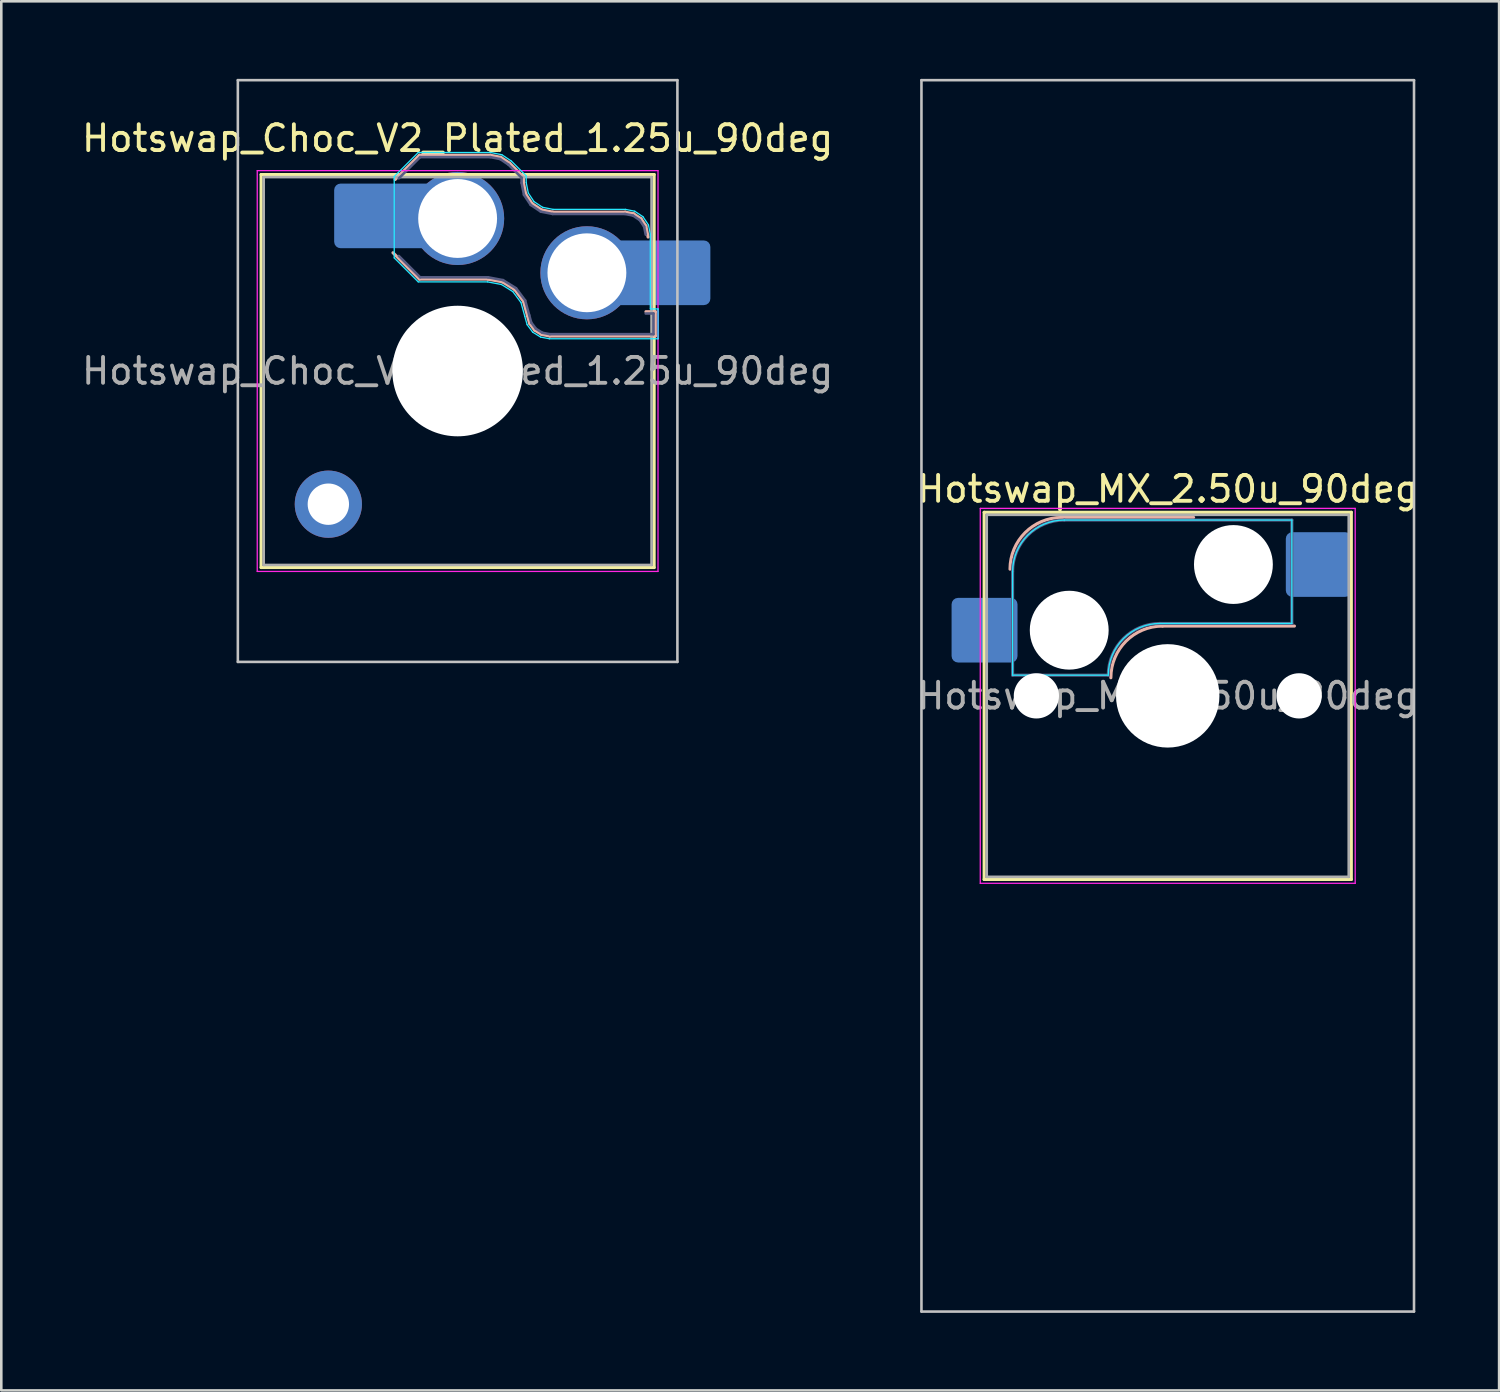
<source format=kicad_pcb>
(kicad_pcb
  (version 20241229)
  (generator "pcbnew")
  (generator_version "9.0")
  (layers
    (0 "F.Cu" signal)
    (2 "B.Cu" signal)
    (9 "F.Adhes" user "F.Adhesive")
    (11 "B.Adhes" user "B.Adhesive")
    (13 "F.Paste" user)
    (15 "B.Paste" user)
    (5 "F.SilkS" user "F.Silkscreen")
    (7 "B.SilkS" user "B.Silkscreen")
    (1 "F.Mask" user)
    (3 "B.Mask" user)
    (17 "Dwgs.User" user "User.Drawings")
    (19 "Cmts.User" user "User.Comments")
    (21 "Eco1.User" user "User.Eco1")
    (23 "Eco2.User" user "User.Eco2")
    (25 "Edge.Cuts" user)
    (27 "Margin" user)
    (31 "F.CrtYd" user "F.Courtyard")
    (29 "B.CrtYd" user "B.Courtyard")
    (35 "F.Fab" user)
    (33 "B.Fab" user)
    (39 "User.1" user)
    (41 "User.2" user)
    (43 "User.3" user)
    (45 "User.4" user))
  (footprint "Hotswap_MX_2.50u_90deg"
    (layer "F.Cu")
    (at 42.113 23.863)
    (property "Reference" "Hotswap_MX_2.50u_90deg" (at 0 -8 0) (layer "F.SilkS") (effects (font (size 1 1) (thickness 0.15))))
    (attr smd)
    (fp_line (start -7.1 -7.1) (end -7.1 7.1) (stroke (width 0.12) (type solid)) (layer "F.SilkS"))
    (fp_line (start -7.1 7.1) (end 7.1 7.1) (stroke (width 0.12) (type solid)) (layer "F.SilkS"))
    (fp_line (start 7.1 -7.1) (end -7.1 -7.1) (stroke (width 0.12) (type solid)) (layer "F.SilkS"))
    (fp_line (start 7.1 7.1) (end 7.1 -7.1) (stroke (width 0.12) (type solid)) (layer "F.SilkS"))
    (fp_line (start -4.1 -6.9) (end 1 -6.9) (stroke (width 0.12) (type solid)) (layer "B.SilkS"))
    (fp_line (start -0.2 -2.7) (end 4.9 -2.7) (stroke (width 0.12) (type solid)) (layer "B.SilkS"))
    (fp_arc (start -6.1 -4.9) (mid -5.514214 -6.314214) (end -4.1 -6.9) (stroke (width 0.12) (type solid)) (layer "B.SilkS"))
    (fp_arc (start -2.2 -0.7) (mid -1.614214 -2.114214) (end -0.2 -2.7) (stroke (width 0.12) (type solid)) (layer "B.SilkS"))
    (fp_line (start -9.525 -23.812) (end 9.525 -23.812) (stroke (width 0.1) (type solid)) (layer "Dwgs.User"))
    (fp_line (start -9.525 23.812) (end -9.525 -23.812) (stroke (width 0.1) (type solid)) (layer "Dwgs.User"))
    (fp_line (start 9.525 -23.812) (end 9.525 23.812) (stroke (width 0.1) (type solid)) (layer "Dwgs.User"))
    (fp_line (start 9.525 23.812) (end -9.525 23.812) (stroke (width 0.1) (type solid)) (layer "Dwgs.User"))
    (fp_line (start -7.8 -6) (end -7 -6) (stroke (width 0.1) (type solid)) (layer "Eco1.User"))
    (fp_line (start -7.8 -2.9) (end -7.8 -6) (stroke (width 0.1) (type solid)) (layer "Eco1.User"))
    (fp_line (start -7.8 2.9) (end -7 2.9) (stroke (width 0.1) (type solid)) (layer "Eco1.User"))
    (fp_line (start -7.8 6) (end -7.8 2.9) (stroke (width 0.1) (type solid)) (layer "Eco1.User"))
    (fp_line (start -7 -7) (end 7 -7) (stroke (width 0.1) (type solid)) (layer "Eco1.User"))
    (fp_line (start -7 -6) (end -7 -7) (stroke (width 0.1) (type solid)) (layer "Eco1.User"))
    (fp_line (start -7 -2.9) (end -7.8 -2.9) (stroke (width 0.1) (type solid)) (layer "Eco1.User"))
    (fp_line (start -7 2.9) (end -7 -2.9) (stroke (width 0.1) (type solid)) (layer "Eco1.User"))
    (fp_line (start -7 6) (end -7.8 6) (stroke (width 0.1) (type solid)) (layer "Eco1.User"))
    (fp_line (start -7 7) (end -7 6) (stroke (width 0.1) (type solid)) (layer "Eco1.User"))
    (fp_line (start 7 -7) (end 7 -6) (stroke (width 0.1) (type solid)) (layer "Eco1.User"))
    (fp_line (start 7 -6) (end 7.8 -6) (stroke (width 0.1) (type solid)) (layer "Eco1.User"))
    (fp_line (start 7 -2.9) (end 7 2.9) (stroke (width 0.1) (type solid)) (layer "Eco1.User"))
    (fp_line (start 7 2.9) (end 7.8 2.9) (stroke (width 0.1) (type solid)) (layer "Eco1.User"))
    (fp_line (start 7 6) (end 7 7) (stroke (width 0.1) (type solid)) (layer "Eco1.User"))
    (fp_line (start 7 7) (end -7 7) (stroke (width 0.1) (type solid)) (layer "Eco1.User"))
    (fp_line (start 7.8 -6) (end 7.8 -2.9) (stroke (width 0.1) (type solid)) (layer "Eco1.User"))
    (fp_line (start 7.8 -2.9) (end 7 -2.9) (stroke (width 0.1) (type solid)) (layer "Eco1.User"))
    (fp_line (start 7.8 2.9) (end 7.8 6) (stroke (width 0.1) (type solid)) (layer "Eco1.User"))
    (fp_line (start 7.8 6) (end 7 6) (stroke (width 0.1) (type solid)) (layer "Eco1.User"))
    (fp_line (start -6 -0.8) (end -6 -4.8) (stroke (width 0.05) (type solid)) (layer "B.CrtYd"))
    (fp_line (start -6 -0.8) (end -2.3 -0.8) (stroke (width 0.05) (type solid)) (layer "B.CrtYd"))
    (fp_line (start -4 -6.8) (end 4.8 -6.8) (stroke (width 0.05) (type solid)) (layer "B.CrtYd"))
    (fp_line (start -0.3 -2.8) (end 4.8 -2.8) (stroke (width 0.05) (type solid)) (layer "B.CrtYd"))
    (fp_line (start 4.8 -6.8) (end 4.8 -2.8) (stroke (width 0.05) (type solid)) (layer "B.CrtYd"))
    (fp_arc (start -6 -4.8) (mid -5.414214 -6.214214) (end -4 -6.8) (stroke (width 0.05) (type solid)) (layer "B.CrtYd"))
    (fp_arc (start -2.3 -0.8) (mid -1.714214 -2.214214) (end -0.3 -2.8) (stroke (width 0.05) (type solid)) (layer "B.CrtYd"))
    (fp_line (start -7.25 -7.25) (end -7.25 7.25) (stroke (width 0.05) (type solid)) (layer "F.CrtYd"))
    (fp_line (start -7.25 7.25) (end 7.25 7.25) (stroke (width 0.05) (type solid)) (layer "F.CrtYd"))
    (fp_line (start 7.25 -7.25) (end -7.25 -7.25) (stroke (width 0.05) (type solid)) (layer "F.CrtYd"))
    (fp_line (start 7.25 7.25) (end 7.25 -7.25) (stroke (width 0.05) (type solid)) (layer "F.CrtYd"))
    (fp_line (start -6 -0.8) (end -6 -4.8) (stroke (width 0.12) (type solid)) (layer "B.Fab"))
    (fp_line (start -6 -0.8) (end -2.3 -0.8) (stroke (width 0.12) (type solid)) (layer "B.Fab"))
    (fp_line (start -4 -6.8) (end 4.8 -6.8) (stroke (width 0.12) (type solid)) (layer "B.Fab"))
    (fp_line (start -0.3 -2.8) (end 4.8 -2.8) (stroke (width 0.12) (type solid)) (layer "B.Fab"))
    (fp_line (start 4.8 -6.8) (end 4.8 -2.8) (stroke (width 0.12) (type solid)) (layer "B.Fab"))
    (fp_arc (start -6 -4.8) (mid -5.414214 -6.214214) (end -4 -6.8) (stroke (width 0.12) (type solid)) (layer "B.Fab"))
    (fp_arc (start -2.3 -0.8) (mid -1.714214 -2.214214) (end -0.3 -2.8) (stroke (width 0.12) (type solid)) (layer "B.Fab"))
    (fp_line (start -7 -7) (end -7 7) (stroke (width 0.1) (type solid)) (layer "F.Fab"))
    (fp_line (start -7 7) (end 7 7) (stroke (width 0.1) (type solid)) (layer "F.Fab"))
    (fp_line (start 7 -7) (end -7 -7) (stroke (width 0.1) (type solid)) (layer "F.Fab"))
    (fp_line (start 7 7) (end 7 -7) (stroke (width 0.1) (type solid)) (layer "F.Fab"))
    (fp_text user "${REFERENCE}" (at 0 0 0) (layer "F.Fab") (effects (font (size 1 1) (thickness 0.15))))
    (pad "" np_thru_hole circle (at -5.08 0) (size 1.75 1.75) (drill 1.75) (layers "*.Cu" "*.Mask"))
    (pad "" np_thru_hole circle (at -3.81 -2.54) (size 3.05 3.05) (drill 3.05) (layers "*.Cu" "*.Mask"))
    (pad "" np_thru_hole circle (at 0 0) (size 4 4) (drill 4) (layers "*.Cu" "*.Mask"))
    (pad "" np_thru_hole circle (at 2.54 -5.08) (size 3.05 3.05) (drill 3.05) (layers "*.Cu" "*.Mask"))
    (pad "" np_thru_hole circle (at 5.08 0) (size 1.75 1.75) (drill 1.75) (layers "*.Cu" "*.Mask"))
    (pad "1" smd roundrect (at -7.085 -2.54) (size 2.55 2.5) (layers "B.Cu" "B.Mask" "B.Paste") (roundrect_rratio 0.1))
    (pad "2" smd roundrect (at 5.842 -5.08) (size 2.55 2.5) (layers "B.Cu" "B.Mask" "B.Paste") (roundrect_rratio 0.1)))
  (footprint "Hotswap_Choc_V2_Plated_1.25u_90deg"
    (layer "F.Cu")
    (at 14.649 11.3)
    (property "Reference" "Hotswap_Choc_V2_Plated_1.25u_90deg" (at 0 -9 0) (layer "F.SilkS") (effects (font (size 1 1) (thickness 0.15))))
    (attr smd allow_soldermask_bridges)
    (fp_line (start -7.6 -7.6) (end -7.6 7.6) (stroke (width 0.12) (type solid)) (layer "F.SilkS"))
    (fp_line (start -7.6 7.6) (end 7.6 7.6) (stroke (width 0.12) (type solid)) (layer "F.SilkS"))
    (fp_line (start 7.6 -7.6) (end -7.6 -7.6) (stroke (width 0.12) (type solid)) (layer "F.SilkS"))
    (fp_line (start 7.6 7.6) (end 7.6 -7.6) (stroke (width 0.12) (type solid)) (layer "F.SilkS"))
    (fp_line (start -2.416 -7.409) (end -1.479 -8.346) (stroke (width 0.12) (type solid)) (layer "B.SilkS"))
    (fp_line (start -1.479 -8.346) (end 1.268 -8.346) (stroke (width 0.12) (type solid)) (layer "B.SilkS"))
    (fp_line (start -1.479 -3.554) (end -2.5 -4.575) (stroke (width 0.12) (type solid)) (layer "B.SilkS"))
    (fp_line (start 1.168 -3.554) (end -1.479 -3.554) (stroke (width 0.12) (type solid)) (layer "B.SilkS"))
    (fp_line (start 1.268 -8.346) (end 1.671 -8.266) (stroke (width 0.12) (type solid)) (layer "B.SilkS"))
    (fp_line (start 1.671 -8.266) (end 2.013 -8.037) (stroke (width 0.12) (type solid)) (layer "B.SilkS"))
    (fp_line (start 1.73 -3.449) (end 1.168 -3.554) (stroke (width 0.12) (type solid)) (layer "B.SilkS"))
    (fp_line (start 2.013 -8.037) (end 2.546 -7.504) (stroke (width 0.12) (type solid)) (layer "B.SilkS"))
    (fp_line (start 2.209 -3.15) (end 1.73 -3.449) (stroke (width 0.12) (type solid)) (layer "B.SilkS"))
    (fp_line (start 2.546 -7.504) (end 2.546 -7.282) (stroke (width 0.12) (type solid)) (layer "B.SilkS"))
    (fp_line (start 2.546 -7.282) (end 2.633 -6.844) (stroke (width 0.12) (type solid)) (layer "B.SilkS"))
    (fp_line (start 2.547 -2.697) (end 2.209 -3.15) (stroke (width 0.12) (type solid)) (layer "B.SilkS"))
    (fp_line (start 2.633 -6.844) (end 2.877 -6.477) (stroke (width 0.12) (type solid)) (layer "B.SilkS"))
    (fp_line (start 2.701 -2.139) (end 2.547 -2.697) (stroke (width 0.12) (type solid)) (layer "B.SilkS"))
    (fp_line (start 2.783 -1.841) (end 2.701 -2.139) (stroke (width 0.12) (type solid)) (layer "B.SilkS"))
    (fp_line (start 2.877 -6.477) (end 3.244 -6.233) (stroke (width 0.12) (type solid)) (layer "B.SilkS"))
    (fp_line (start 2.976 -1.583) (end 2.783 -1.841) (stroke (width 0.12) (type solid)) (layer "B.SilkS"))
    (fp_line (start 3.244 -6.233) (end 3.682 -6.146) (stroke (width 0.12) (type solid)) (layer "B.SilkS"))
    (fp_line (start 3.25 -1.413) (end 2.976 -1.583) (stroke (width 0.12) (type solid)) (layer "B.SilkS"))
    (fp_line (start 3.56 -1.354) (end 3.25 -1.413) (stroke (width 0.12) (type solid)) (layer "B.SilkS"))
    (fp_line (start 3.682 -6.146) (end 6.482 -6.146) (stroke (width 0.12) (type solid)) (layer "B.SilkS"))
    (fp_line (start 6.482 -6.146) (end 6.809 -6.081) (stroke (width 0.12) (type solid)) (layer "B.SilkS"))
    (fp_line (start 6.809 -6.081) (end 7.092 -5.892) (stroke (width 0.12) (type solid)) (layer "B.SilkS"))
    (fp_line (start 7.092 -5.892) (end 7.281 -5.609) (stroke (width 0.12) (type solid)) (layer "B.SilkS"))
    (fp_line (start 7.281 -5.609) (end 7.366 -5.182) (stroke (width 0.12) (type solid)) (layer "B.SilkS"))
    (fp_line (start 7.283 -2.296) (end 7.646 -2.296) (stroke (width 0.12) (type solid)) (layer "B.SilkS"))
    (fp_line (start 7.646 -2.296) (end 7.646 -1.354) (stroke (width 0.12) (type solid)) (layer "B.SilkS"))
    (fp_line (start 7.646 -1.354) (end 3.56 -1.354) (stroke (width 0.12) (type solid)) (layer "B.SilkS"))
    (fp_line (start -8.5 -11.25) (end 8.5 -11.25) (stroke (width 0.1) (type solid)) (layer "Dwgs.User"))
    (fp_line (start -8.5 11.25) (end -8.5 -11.25) (stroke (width 0.1) (type solid)) (layer "Dwgs.User"))
    (fp_line (start 8.5 -11.25) (end 8.5 11.25) (stroke (width 0.1) (type solid)) (layer "Dwgs.User"))
    (fp_line (start 8.5 11.25) (end -8.5 11.25) (stroke (width 0.1) (type solid)) (layer "Dwgs.User"))
    (fp_line (start -7.25 -7.25) (end -7.25 7.25) (stroke (width 0.1) (type solid)) (layer "Eco1.User"))
    (fp_line (start -7.25 7.25) (end 7.25 7.25) (stroke (width 0.1) (type solid)) (layer "Eco1.User"))
    (fp_line (start 7.25 -7.25) (end -7.25 -7.25) (stroke (width 0.1) (type solid)) (layer "Eco1.User"))
    (fp_line (start 7.25 7.25) (end 7.25 -7.25) (stroke (width 0.1) (type solid)) (layer "Eco1.User"))
    (fp_line (start -2.452 -7.523) (end -1.523 -8.452) (stroke (width 0.05) (type solid)) (layer "B.CrtYd"))
    (fp_line (start -2.452 -4.377) (end -2.452 -7.523) (stroke (width 0.05) (type solid)) (layer "B.CrtYd"))
    (fp_line (start -1.523 -8.452) (end 1.278 -8.452) (stroke (width 0.05) (type solid)) (layer "B.CrtYd"))
    (fp_line (start -1.523 -3.448) (end -2.452 -4.377) (stroke (width 0.05) (type solid)) (layer "B.CrtYd"))
    (fp_line (start 1.159 -3.448) (end -1.523 -3.448) (stroke (width 0.05) (type solid)) (layer "B.CrtYd"))
    (fp_line (start 1.278 -8.452) (end 1.712 -8.366) (stroke (width 0.05) (type solid)) (layer "B.CrtYd"))
    (fp_line (start 1.691 -3.348) (end 1.159 -3.448) (stroke (width 0.05) (type solid)) (layer "B.CrtYd"))
    (fp_line (start 1.712 -8.366) (end 2.081 -8.119) (stroke (width 0.05) (type solid)) (layer "B.CrtYd"))
    (fp_line (start 2.081 -8.119) (end 2.652 -7.548) (stroke (width 0.05) (type solid)) (layer "B.CrtYd"))
    (fp_line (start 2.136 -3.071) (end 1.691 -3.348) (stroke (width 0.05) (type solid)) (layer "B.CrtYd"))
    (fp_line (start 2.45 -2.65) (end 2.136 -3.071) (stroke (width 0.05) (type solid)) (layer "B.CrtYd"))
    (fp_line (start 2.599 -2.111) (end 2.45 -2.65) (stroke (width 0.05) (type solid)) (layer "B.CrtYd"))
    (fp_line (start 2.652 -7.548) (end 2.652 -7.292) (stroke (width 0.05) (type solid)) (layer "B.CrtYd"))
    (fp_line (start 2.652 -7.292) (end 2.733 -6.885) (stroke (width 0.05) (type solid)) (layer "B.CrtYd"))
    (fp_line (start 2.687 -1.794) (end 2.599 -2.111) (stroke (width 0.05) (type solid)) (layer "B.CrtYd"))
    (fp_line (start 2.733 -6.885) (end 2.953 -6.553) (stroke (width 0.05) (type solid)) (layer "B.CrtYd"))
    (fp_line (start 2.903 -1.503) (end 2.687 -1.794) (stroke (width 0.05) (type solid)) (layer "B.CrtYd"))
    (fp_line (start 2.953 -6.553) (end 3.285 -6.333) (stroke (width 0.05) (type solid)) (layer "B.CrtYd"))
    (fp_line (start 3.211 -1.312) (end 2.903 -1.503) (stroke (width 0.05) (type solid)) (layer "B.CrtYd"))
    (fp_line (start 3.285 -6.333) (end 3.692 -6.252) (stroke (width 0.05) (type solid)) (layer "B.CrtYd"))
    (fp_line (start 3.55 -1.248) (end 3.211 -1.312) (stroke (width 0.05) (type solid)) (layer "B.CrtYd"))
    (fp_line (start 3.692 -6.252) (end 6.492 -6.252) (stroke (width 0.05) (type solid)) (layer "B.CrtYd"))
    (fp_line (start 6.492 -6.252) (end 6.85 -6.181) (stroke (width 0.05) (type solid)) (layer "B.CrtYd"))
    (fp_line (start 6.85 -6.181) (end 7.168 -5.968) (stroke (width 0.05) (type solid)) (layer "B.CrtYd"))
    (fp_line (start 7.168 -5.968) (end 7.381 -5.65) (stroke (width 0.05) (type solid)) (layer "B.CrtYd"))
    (fp_line (start 7.381 -5.65) (end 7.452 -5.292) (stroke (width 0.05) (type solid)) (layer "B.CrtYd"))
    (fp_line (start 7.452 -5.292) (end 7.452 -2.402) (stroke (width 0.05) (type solid)) (layer "B.CrtYd"))
    (fp_line (start 7.452 -2.402) (end 7.752 -2.402) (stroke (width 0.05) (type solid)) (layer "B.CrtYd"))
    (fp_line (start 7.752 -2.402) (end 7.752 -1.248) (stroke (width 0.05) (type solid)) (layer "B.CrtYd"))
    (fp_line (start 7.752 -1.248) (end 3.55 -1.248) (stroke (width 0.05) (type solid)) (layer "B.CrtYd"))
    (fp_line (start -7.75 -7.75) (end -7.75 7.75) (stroke (width 0.05) (type solid)) (layer "F.CrtYd"))
    (fp_line (start -7.75 7.75) (end 7.75 7.75) (stroke (width 0.05) (type solid)) (layer "F.CrtYd"))
    (fp_line (start 7.75 -7.75) (end -7.75 -7.75) (stroke (width 0.05) (type solid)) (layer "F.CrtYd"))
    (fp_line (start 7.75 7.75) (end 7.75 -7.75) (stroke (width 0.05) (type solid)) (layer "F.CrtYd"))
    (fp_line (start -2.275 -7.45) (end -1.45 -8.275) (stroke (width 0.1) (type solid)) (layer "B.Fab"))
    (fp_line (start -1.45 -8.275) (end 1.261 -8.275) (stroke (width 0.1) (type solid)) (layer "B.Fab"))
    (fp_line (start -1.45 -3.625) (end -2.275 -4.45) (stroke (width 0.1) (type solid)) (layer "B.Fab"))
    (fp_line (start 1.175 -3.625) (end -1.45 -3.625) (stroke (width 0.1) (type solid)) (layer "B.Fab"))
    (fp_line (start 1.261 -8.275) (end 1.643 -8.199) (stroke (width 0.1) (type solid)) (layer "B.Fab"))
    (fp_line (start 1.643 -8.199) (end 1.968 -7.982) (stroke (width 0.1) (type solid)) (layer "B.Fab"))
    (fp_line (start 1.756 -3.516) (end 1.175 -3.625) (stroke (width 0.1) (type solid)) (layer "B.Fab"))
    (fp_line (start 1.968 -7.982) (end 2.475 -7.475) (stroke (width 0.1) (type solid)) (layer "B.Fab"))
    (fp_line (start 2.258 -3.203) (end 1.756 -3.516) (stroke (width 0.1) (type solid)) (layer "B.Fab"))
    (fp_line (start 2.475 -7.475) (end 2.475 -7.275) (stroke (width 0.1) (type solid)) (layer "B.Fab"))
    (fp_line (start 2.475 -7.275) (end 2.566 -6.816) (stroke (width 0.1) (type solid)) (layer "B.Fab"))
    (fp_line (start 2.566 -6.816) (end 2.826 -6.426) (stroke (width 0.1) (type solid)) (layer "B.Fab"))
    (fp_line (start 2.612 -2.729) (end 2.258 -3.203) (stroke (width 0.1) (type solid)) (layer "B.Fab"))
    (fp_line (start 2.769 -2.158) (end 2.612 -2.729) (stroke (width 0.1) (type solid)) (layer "B.Fab"))
    (fp_line (start 2.826 -6.426) (end 3.216 -6.166) (stroke (width 0.1) (type solid)) (layer "B.Fab"))
    (fp_line (start 2.848 -1.873) (end 2.769 -2.158) (stroke (width 0.1) (type solid)) (layer "B.Fab"))
    (fp_line (start 3.025 -1.636) (end 2.848 -1.873) (stroke (width 0.1) (type solid)) (layer "B.Fab"))
    (fp_line (start 3.216 -6.166) (end 3.675 -6.075) (stroke (width 0.1) (type solid)) (layer "B.Fab"))
    (fp_line (start 3.276 -1.48) (end 3.025 -1.636) (stroke (width 0.1) (type solid)) (layer "B.Fab"))
    (fp_line (start 3.567 -1.425) (end 3.276 -1.48) (stroke (width 0.1) (type solid)) (layer "B.Fab"))
    (fp_line (start 3.675 -6.075) (end 6.475 -6.075) (stroke (width 0.1) (type solid)) (layer "B.Fab"))
    (fp_line (start 6.475 -6.075) (end 6.781 -6.014) (stroke (width 0.1) (type solid)) (layer "B.Fab"))
    (fp_line (start 6.781 -6.014) (end 7.041 -5.841) (stroke (width 0.1) (type solid)) (layer "B.Fab"))
    (fp_line (start 7.041 -5.841) (end 7.214 -5.581) (stroke (width 0.1) (type solid)) (layer "B.Fab"))
    (fp_line (start 7.214 -5.581) (end 7.275 -5.275) (stroke (width 0.1) (type solid)) (layer "B.Fab"))
    (fp_line (start 7.275 -2.225) (end 7.575 -2.225) (stroke (width 0.1) (type solid)) (layer "B.Fab"))
    (fp_line (start 7.575 -2.225) (end 7.575 -1.425) (stroke (width 0.1) (type solid)) (layer "B.Fab"))
    (fp_line (start 7.575 -1.425) (end 3.567 -1.425) (stroke (width 0.1) (type solid)) (layer "B.Fab"))
    (fp_line (start -7.5 -7.5) (end -7.5 7.5) (stroke (width 0.1) (type solid)) (layer "F.Fab"))
    (fp_line (start -7.5 7.5) (end 7.5 7.5) (stroke (width 0.1) (type solid)) (layer "F.Fab"))
    (fp_line (start 7.5 -7.5) (end -7.5 -7.5) (stroke (width 0.1) (type solid)) (layer "F.Fab"))
    (fp_line (start 7.5 7.5) (end 7.5 -7.5) (stroke (width 0.1) (type solid)) (layer "F.Fab"))
    (fp_text user "${REFERENCE}" (at 0 0 0) (layer "F.Fab") (effects (font (size 1 1) (thickness 0.15))))
    (pad "" thru_hole circle (at -5 5.15) (size 2.6 2.6) (drill 1.6) (layers "*.Cu" "*.Mask"))
    (pad "" smd roundrect (at -3.5 -6) (size 2.55 2.5) (layers "B.Mask" "B.Paste") (roundrect_rratio 0.1))
    (pad "" np_thru_hole circle (at 0 0) (size 5.05 5.05) (drill 5.05) (layers "*.Cu" "*.Mask"))
    (pad "" smd roundrect (at 8.5 -3.8) (size 2.55 2.5) (layers "B.Mask" "B.Paste") (roundrect_rratio 0.1))
    (pad "1" smd roundrect (at -2.85 -6) (size 3.85 2.5) (layers "B.Cu") (roundrect_rratio 0.1))
    (pad "1" thru_hole circle (at 0 -5.9) (size 3.6 3.6) (drill 3.05) (layers "*.Cu" "*.Mask"))
    (pad "2" thru_hole circle (at 5 -3.8) (size 3.6 3.6) (drill 3.05) (layers "*.Cu" "*.Mask"))
    (pad "2" smd roundrect (at 7.85 -3.8) (size 3.85 2.5) (layers "B.Cu") (roundrect_rratio 0.1)))
  (gr_rect
    (start -3 -3)
    (end 54.929 50.725)
    (stroke (width 0.1) (type default))
    (fill no)
    (layer "Edge.Cuts")))
</source>
